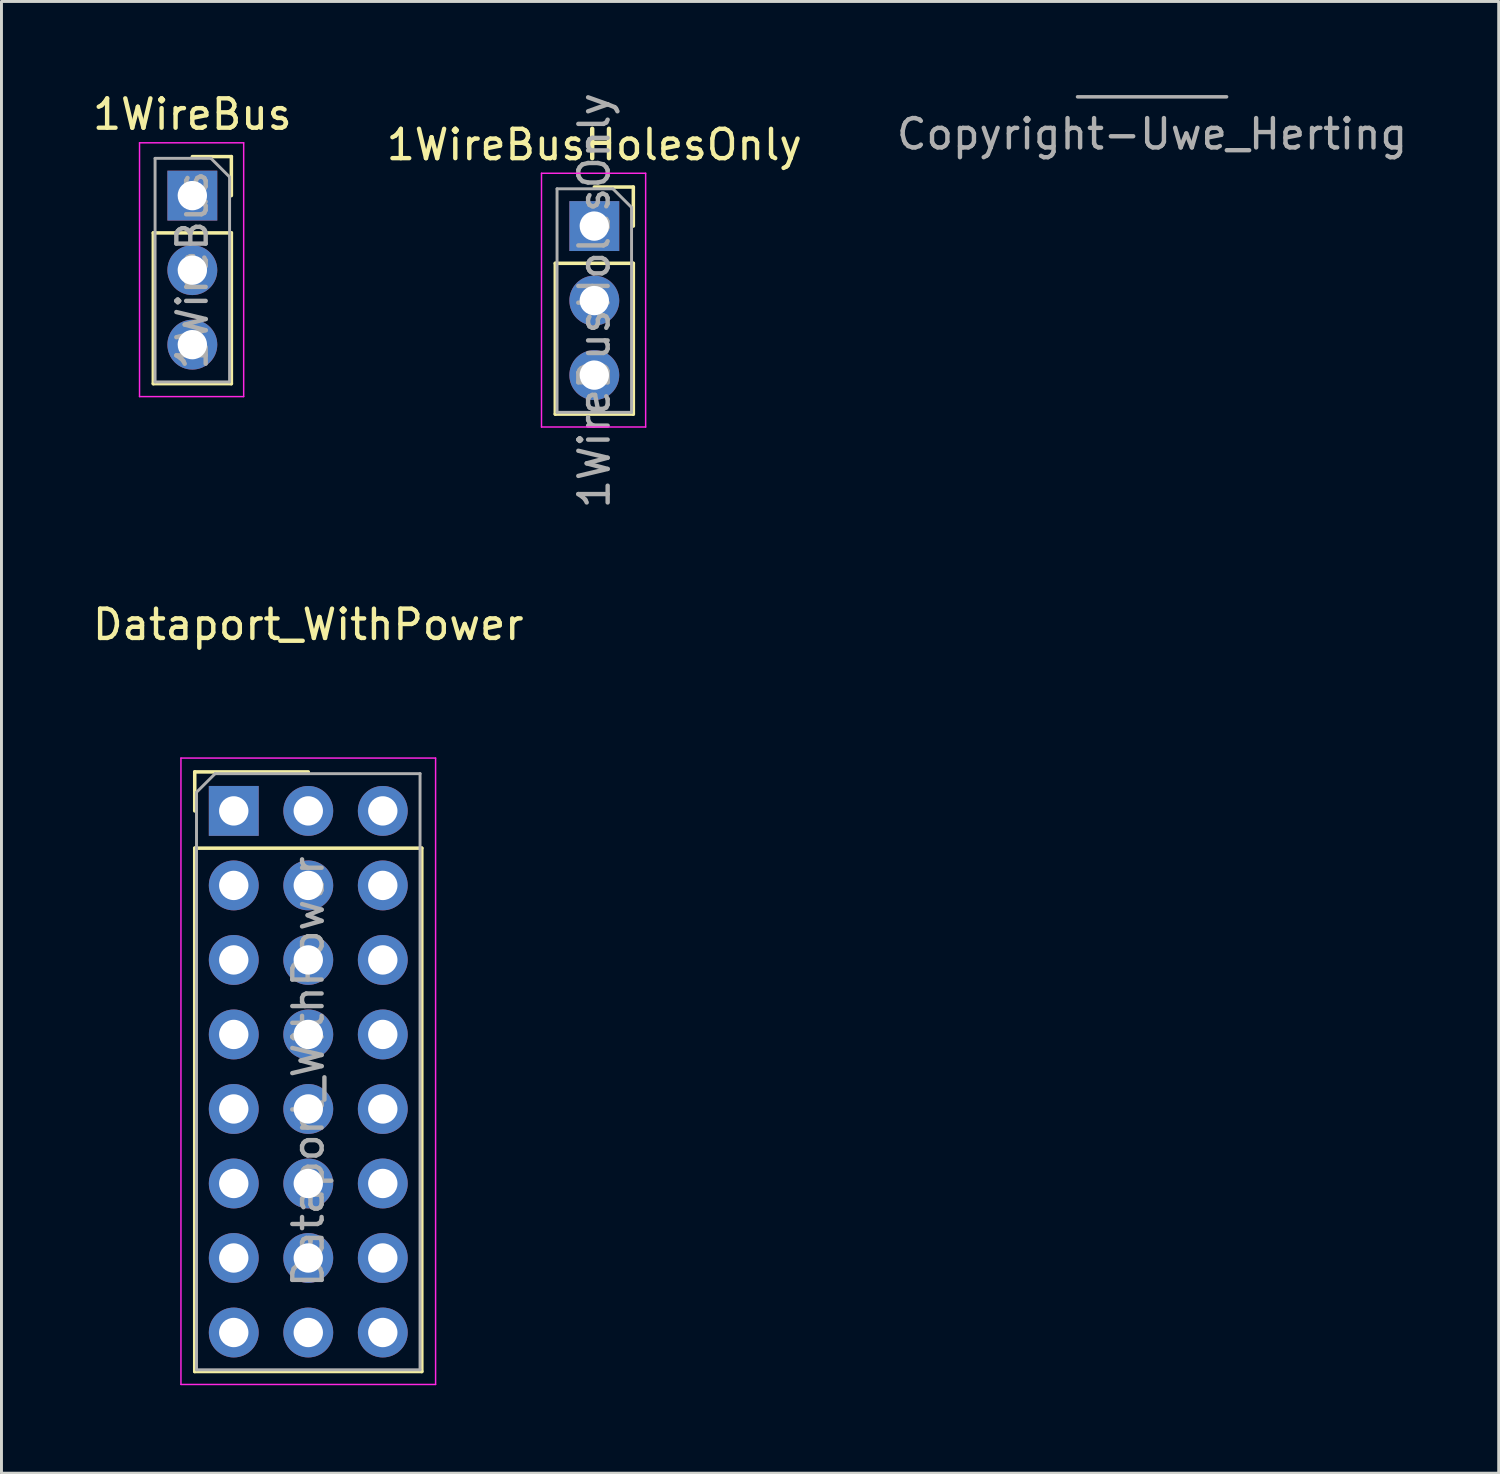
<source format=kicad_pcb>
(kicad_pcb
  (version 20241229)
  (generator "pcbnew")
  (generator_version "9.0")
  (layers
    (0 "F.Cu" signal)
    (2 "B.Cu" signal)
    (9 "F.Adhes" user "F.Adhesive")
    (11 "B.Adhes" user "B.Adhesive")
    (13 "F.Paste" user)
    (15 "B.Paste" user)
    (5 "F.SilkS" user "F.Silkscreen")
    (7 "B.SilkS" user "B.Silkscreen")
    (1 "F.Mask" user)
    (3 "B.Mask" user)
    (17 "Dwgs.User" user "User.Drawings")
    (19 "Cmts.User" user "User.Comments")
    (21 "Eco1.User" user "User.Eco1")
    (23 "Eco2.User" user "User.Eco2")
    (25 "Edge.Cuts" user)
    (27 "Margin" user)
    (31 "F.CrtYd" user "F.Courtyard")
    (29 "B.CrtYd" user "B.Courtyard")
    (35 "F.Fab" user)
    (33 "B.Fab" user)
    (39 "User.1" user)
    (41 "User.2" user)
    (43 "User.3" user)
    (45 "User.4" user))
  (footprint "Copyright-Uwe_Herting"
    (layer "F.Cu")
    (at 36.22 0.25)
    (property "Reference" "Copyright-Uwe_Herting" (at 0 1.27 0) (unlocked yes) (layer "F.Fab") (effects (font (size 1 1) (thickness 0.15))))
    (attr through_hole)
    (fp_line (start -2.54 0) (end 2.54 0) (stroke (width 0.12) (type solid)) (layer "F.Fab")))
  (footprint "Dataport_WithPower"
    (layer "F.Cu")
    (at 7.458 24.591)
    (property "Reference" "Dataport_WithPower" (at 0 -6.35 0) (layer "F.SilkS") (effects (font (size 1 1) (thickness 0.15))))
    (attr through_hole)
    (fp_line (start -3.87 -1.33) (end 0 -1.33) (stroke (width 0.12) (type solid)) (layer "F.SilkS"))
    (fp_line (start -3.87 0) (end -3.87 -1.33) (stroke (width 0.12) (type solid)) (layer "F.SilkS"))
    (fp_line (start -3.87 1.27) (end -3.87 19.11) (stroke (width 0.12) (type solid)) (layer "F.SilkS"))
    (fp_line (start -3.87 1.27) (end 3.87 1.27) (stroke (width 0.12) (type solid)) (layer "F.SilkS"))
    (fp_line (start -3.87 19.11) (end 3.87 19.11) (stroke (width 0.12) (type solid)) (layer "F.SilkS"))
    (fp_line (start 3.87 1.27) (end 3.87 19.11) (stroke (width 0.12) (type solid)) (layer "F.SilkS"))
    (fp_line (start -4.34 -1.8) (end -4.34 19.55) (stroke (width 0.05) (type solid)) (layer "F.CrtYd"))
    (fp_line (start -4.34 19.55) (end 4.34 19.55) (stroke (width 0.05) (type solid)) (layer "F.CrtYd"))
    (fp_line (start 4.34 -1.8) (end -4.34 -1.8) (stroke (width 0.05) (type solid)) (layer "F.CrtYd"))
    (fp_line (start 4.34 19.55) (end 4.34 -1.8) (stroke (width 0.05) (type solid)) (layer "F.CrtYd"))
    (fp_line (start -3.81 -0.635) (end -3.175 -1.27) (stroke (width 0.1) (type solid)) (layer "F.Fab"))
    (fp_line (start -3.81 19.05) (end -3.81 -0.635) (stroke (width 0.1) (type solid)) (layer "F.Fab"))
    (fp_line (start -3.175 -1.27) (end 3.81 -1.27) (stroke (width 0.1) (type solid)) (layer "F.Fab"))
    (fp_line (start 3.81 -1.27) (end 3.81 19.05) (stroke (width 0.1) (type solid)) (layer "F.Fab"))
    (fp_line (start 3.81 19.05) (end -3.81 19.05) (stroke (width 0.1) (type solid)) (layer "F.Fab"))
    (fp_text user "${REFERENCE}" (at 0 8.89 90) (layer "F.Fab") (effects (font (size 1 1) (thickness 0.15))))
    (pad "1" thru_hole rect (at -2.54 0) (size 1.7 1.7) (drill 1) (layers "*.Cu" "*.Mask"))
    (pad "2" thru_hole oval (at -2.54 2.54) (size 1.7 1.7) (drill 1) (layers "*.Cu" "*.Mask"))
    (pad "3" thru_hole oval (at -2.54 5.08) (size 1.7 1.7) (drill 1) (layers "*.Cu" "*.Mask"))
    (pad "4" thru_hole oval (at -2.54 7.62) (size 1.7 1.7) (drill 1) (layers "*.Cu" "*.Mask"))
    (pad "5" thru_hole oval (at -2.54 10.16) (size 1.7 1.7) (drill 1) (layers "*.Cu" "*.Mask"))
    (pad "6" thru_hole oval (at -2.54 12.7) (size 1.7 1.7) (drill 1) (layers "*.Cu" "*.Mask"))
    (pad "7" thru_hole oval (at -2.54 15.24) (size 1.7 1.7) (drill 1) (layers "*.Cu" "*.Mask"))
    (pad "8" thru_hole oval (at -2.54 17.78) (size 1.7 1.7) (drill 1) (layers "*.Cu" "*.Mask"))
    (pad "9" thru_hole oval (at 0 0) (size 1.7 1.7) (drill 1) (layers "*.Cu" "*.Mask"))
    (pad "10" thru_hole oval (at 0 2.54) (size 1.7 1.7) (drill 1) (layers "*.Cu" "*.Mask"))
    (pad "11" thru_hole oval (at 0 5.08) (size 1.7 1.7) (drill 1) (layers "*.Cu" "*.Mask"))
    (pad "12" thru_hole oval (at 0 7.62) (size 1.7 1.7) (drill 1) (layers "*.Cu" "*.Mask"))
    (pad "13" thru_hole oval (at 0 10.16) (size 1.7 1.7) (drill 1) (layers "*.Cu" "*.Mask"))
    (pad "14" thru_hole oval (at 0 12.7) (size 1.7 1.7) (drill 1) (layers "*.Cu" "*.Mask"))
    (pad "15" thru_hole oval (at 0 15.24) (size 1.7 1.7) (drill 1) (layers "*.Cu" "*.Mask"))
    (pad "16" thru_hole oval (at 0 17.78) (size 1.7 1.7) (drill 1) (layers "*.Cu" "*.Mask"))
    (pad "17" thru_hole oval (at 2.54 0) (size 1.7 1.7) (drill 1) (layers "*.Cu" "*.Mask"))
    (pad "18" thru_hole oval (at 2.54 2.54) (size 1.7 1.7) (drill 1) (layers "*.Cu" "*.Mask"))
    (pad "19" thru_hole oval (at 2.54 5.08) (size 1.7 1.7) (drill 1) (layers "*.Cu" "*.Mask"))
    (pad "20" thru_hole oval (at 2.54 7.62) (size 1.7 1.7) (drill 1) (layers "*.Cu" "*.Mask"))
    (pad "21" thru_hole oval (at 2.54 10.16) (size 1.7 1.7) (drill 1) (layers "*.Cu" "*.Mask"))
    (pad "22" thru_hole oval (at 2.54 12.7) (size 1.7 1.7) (drill 1) (layers "*.Cu" "*.Mask"))
    (pad "23" thru_hole oval (at 2.54 15.24) (size 1.7 1.7) (drill 1) (layers "*.Cu" "*.Mask"))
    (pad "24" thru_hole oval (at 2.54 17.78) (size 1.7 1.7) (drill 1) (layers "*.Cu" "*.Mask")))
  (footprint "1WireBus"
    (layer "F.Cu")
    (at 3.506 3.618)
    (property "Reference" "1WireBus" (at 0 -2.77 0) (layer "F.SilkS") (effects (font (size 1 1) (thickness 0.15))))
    (attr through_hole)
    (fp_line (start -1.33 1.27) (end -1.33 6.41) (stroke (width 0.12) (type solid)) (layer "F.SilkS"))
    (fp_line (start -1.33 1.27) (end 1.33 1.27) (stroke (width 0.12) (type solid)) (layer "F.SilkS"))
    (fp_line (start -1.33 6.41) (end 1.33 6.41) (stroke (width 0.12) (type solid)) (layer "F.SilkS"))
    (fp_line (start 0 -1.33) (end 1.33 -1.33) (stroke (width 0.12) (type solid)) (layer "F.SilkS"))
    (fp_line (start 1.33 -1.33) (end 1.33 0) (stroke (width 0.12) (type solid)) (layer "F.SilkS"))
    (fp_line (start 1.33 1.27) (end 1.33 6.41) (stroke (width 0.12) (type solid)) (layer "F.SilkS"))
    (fp_line (start -1.8 -1.8) (end 1.75 -1.8) (stroke (width 0.05) (type solid)) (layer "F.CrtYd"))
    (fp_line (start -1.8 6.85) (end -1.8 -1.8) (stroke (width 0.05) (type solid)) (layer "F.CrtYd"))
    (fp_line (start 1.75 -1.8) (end 1.75 6.85) (stroke (width 0.05) (type solid)) (layer "F.CrtYd"))
    (fp_line (start 1.75 6.85) (end -1.8 6.85) (stroke (width 0.05) (type solid)) (layer "F.CrtYd"))
    (fp_line (start -1.27 -1.27) (end 0.635 -1.27) (stroke (width 0.1) (type solid)) (layer "F.Fab"))
    (fp_line (start -1.27 6.35) (end -1.27 -1.27) (stroke (width 0.1) (type solid)) (layer "F.Fab"))
    (fp_line (start 0.635 -1.27) (end 1.27 -0.635) (stroke (width 0.1) (type solid)) (layer "F.Fab"))
    (fp_line (start 1.27 -0.635) (end 1.27 6.35) (stroke (width 0.1) (type solid)) (layer "F.Fab"))
    (fp_line (start 1.27 6.35) (end -1.27 6.35) (stroke (width 0.1) (type solid)) (layer "F.Fab"))
    (fp_text user "${REFERENCE}" (at 0 2.54 90) (layer "F.Fab") (effects (font (size 1 1) (thickness 0.15))))
    (pad "1" thru_hole rect (at 0 0) (size 1.7 1.7) (drill 1) (layers "*.Cu" "*.Mask"))
    (pad "2" thru_hole oval (at 0 2.54) (size 1.7 1.7) (drill 1) (layers "*.Cu" "*.Mask"))
    (pad "3" thru_hole oval (at 0 5.08) (size 1.7 1.7) (drill 1) (layers "*.Cu" "*.Mask")))
  (footprint "1WireBusHolesOnly"
    (layer "F.Cu")
    (at 17.208 4.656)
    (property "Reference" "1WireBusHolesOnly" (at 0 -2.77 0) (layer "F.SilkS") (effects (font (size 1 1) (thickness 0.15))))
    (attr through_hole)
    (fp_line (start -1.33 1.27) (end -1.33 6.41) (stroke (width 0.12) (type solid)) (layer "F.SilkS"))
    (fp_line (start -1.33 1.27) (end 1.33 1.27) (stroke (width 0.12) (type solid)) (layer "F.SilkS"))
    (fp_line (start -1.33 6.41) (end 1.33 6.41) (stroke (width 0.12) (type solid)) (layer "F.SilkS"))
    (fp_line (start 0 -1.33) (end 1.33 -1.33) (stroke (width 0.12) (type solid)) (layer "F.SilkS"))
    (fp_line (start 1.33 -1.33) (end 1.33 0) (stroke (width 0.12) (type solid)) (layer "F.SilkS"))
    (fp_line (start 1.33 1.27) (end 1.33 6.41) (stroke (width 0.12) (type solid)) (layer "F.SilkS"))
    (fp_line (start -1.8 -1.8) (end 1.75 -1.8) (stroke (width 0.05) (type solid)) (layer "F.CrtYd"))
    (fp_line (start -1.8 6.85) (end -1.8 -1.8) (stroke (width 0.05) (type solid)) (layer "F.CrtYd"))
    (fp_line (start 1.75 -1.8) (end 1.75 6.85) (stroke (width 0.05) (type solid)) (layer "F.CrtYd"))
    (fp_line (start 1.75 6.85) (end -1.8 6.85) (stroke (width 0.05) (type solid)) (layer "F.CrtYd"))
    (fp_line (start -1.27 -1.27) (end 0.635 -1.27) (stroke (width 0.1) (type solid)) (layer "F.Fab"))
    (fp_line (start -1.27 6.35) (end -1.27 -1.27) (stroke (width 0.1) (type solid)) (layer "F.Fab"))
    (fp_line (start 0.635 -1.27) (end 1.27 -0.635) (stroke (width 0.1) (type solid)) (layer "F.Fab"))
    (fp_line (start 1.27 -0.635) (end 1.27 6.35) (stroke (width 0.1) (type solid)) (layer "F.Fab"))
    (fp_line (start 1.27 6.35) (end -1.27 6.35) (stroke (width 0.1) (type solid)) (layer "F.Fab"))
    (fp_text user "${REFERENCE}" (at 0 2.54 90) (layer "F.Fab") (effects (font (size 1 1) (thickness 0.15))))
    (pad "1" thru_hole rect (at 0 0) (size 1.7 1.7) (drill 1) (layers "*.Cu" "*.Mask"))
    (pad "2" thru_hole oval (at 0 2.54) (size 1.7 1.7) (drill 1) (layers "*.Cu" "*.Mask"))
    (pad "3" thru_hole oval (at 0 5.08) (size 1.7 1.7) (drill 1) (layers "*.Cu" "*.Mask")))
  (gr_rect
    (start -3 -3)
    (end 48.036 47.166)
    (stroke (width 0.1) (type default))
    (fill no)
    (layer "Edge.Cuts")))
</source>
